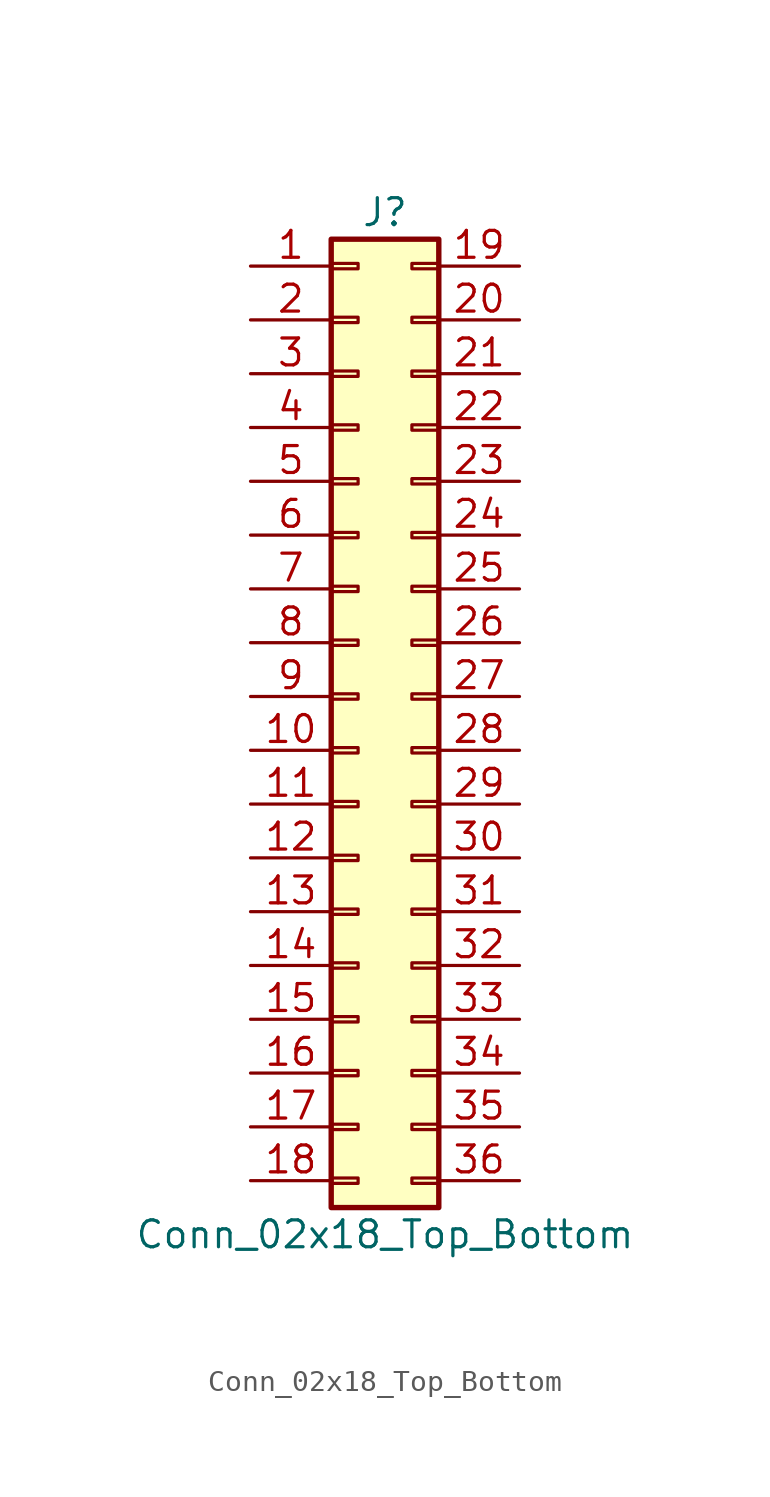
<source format=kicad_sym>
(kicad_symbol_lib
  (version 20211014)
  (generator kicad_symbol_editor)
  (symbol "Conn_02x18_Top_Bottom"
    (pin_names
      (offset 1.016) hide)
    (property "Reference" "J"
      (at 1.27 22.86 0)
      (effects (font (size 1.27 1.27))))
    (property "Value" "Conn_02x18_Top_Bottom"
      (at 1.27 -25.4 0)
      (effects (font (size 1.27 1.27))))
    (symbol "Conn_02x18_Top_Bottom_1_1"
      (rectangle (start -1.27 -22.733) (end 0 -22.987) (stroke (width 0.152) (type default) (color 0 0 0 0)) (fill (type none)))
      (rectangle (start -1.27 -20.193) (end 0 -20.447) (stroke (width 0.152) (type default) (color 0 0 0 0)) (fill (type none)))
      (rectangle (start -1.27 -17.653) (end 0 -17.907) (stroke (width 0.152) (type default) (color 0 0 0 0)) (fill (type none)))
      (rectangle (start -1.27 -15.113) (end 0 -15.367) (stroke (width 0.152) (type default) (color 0 0 0 0)) (fill (type none)))
      (rectangle (start -1.27 -12.573) (end 0 -12.827) (stroke (width 0.152) (type default) (color 0 0 0 0)) (fill (type none)))
      (rectangle (start -1.27 -10.033) (end 0 -10.287) (stroke (width 0.152) (type default) (color 0 0 0 0)) (fill (type none)))
      (rectangle (start -1.27 -7.493) (end 0 -7.747) (stroke (width 0.152) (type default) (color 0 0 0 0)) (fill (type none)))
      (rectangle (start -1.27 -4.953) (end 0 -5.207) (stroke (width 0.152) (type default) (color 0 0 0 0)) (fill (type none)))
      (rectangle (start -1.27 -2.413) (end 0 -2.667) (stroke (width 0.152) (type default) (color 0 0 0 0)) (fill (type none)))
      (rectangle (start -1.27 0.127) (end 0 -0.127) (stroke (width 0.152) (type default) (color 0 0 0 0)) (fill (type none)))
      (rectangle (start -1.27 2.667) (end 0 2.413) (stroke (width 0.152) (type default) (color 0 0 0 0)) (fill (type none)))
      (rectangle (start -1.27 5.207) (end 0 4.953) (stroke (width 0.152) (type default) (color 0 0 0 0)) (fill (type none)))
      (rectangle (start -1.27 7.747) (end 0 7.493) (stroke (width 0.152) (type default) (color 0 0 0 0)) (fill (type none)))
      (rectangle (start -1.27 10.287) (end 0 10.033) (stroke (width 0.152) (type default) (color 0 0 0 0)) (fill (type none)))
      (rectangle (start -1.27 12.827) (end 0 12.573) (stroke (width 0.152) (type default) (color 0 0 0 0)) (fill (type none)))
      (rectangle (start -1.27 15.367) (end 0 15.113) (stroke (width 0.152) (type default) (color 0 0 0 0)) (fill (type none)))
      (rectangle (start -1.27 17.907) (end 0 17.653) (stroke (width 0.152) (type default) (color 0 0 0 0)) (fill (type none)))
      (rectangle (start -1.27 20.447) (end 0 20.193) (stroke (width 0.152) (type default) (color 0 0 0 0)) (fill (type none)))
      (rectangle (start -1.27 21.59) (end 3.81 -24.13) (stroke (width 0.254) (type default) (color 0 0 0 0)) (fill (type background)))
      (rectangle (start 3.81 -22.733) (end 2.54 -22.987) (stroke (width 0.152) (type default) (color 0 0 0 0)) (fill (type none)))
      (rectangle (start 3.81 -20.193) (end 2.54 -20.447) (stroke (width 0.152) (type default) (color 0 0 0 0)) (fill (type none)))
      (rectangle (start 3.81 -17.653) (end 2.54 -17.907) (stroke (width 0.152) (type default) (color 0 0 0 0)) (fill (type none)))
      (rectangle (start 3.81 -15.113) (end 2.54 -15.367) (stroke (width 0.152) (type default) (color 0 0 0 0)) (fill (type none)))
      (rectangle (start 3.81 -12.573) (end 2.54 -12.827) (stroke (width 0.152) (type default) (color 0 0 0 0)) (fill (type none)))
      (rectangle (start 3.81 -10.033) (end 2.54 -10.287) (stroke (width 0.152) (type default) (color 0 0 0 0)) (fill (type none)))
      (rectangle (start 3.81 -7.493) (end 2.54 -7.747) (stroke (width 0.152) (type default) (color 0 0 0 0)) (fill (type none)))
      (rectangle (start 3.81 -4.953) (end 2.54 -5.207) (stroke (width 0.152) (type default) (color 0 0 0 0)) (fill (type none)))
      (rectangle (start 3.81 -2.413) (end 2.54 -2.667) (stroke (width 0.152) (type default) (color 0 0 0 0)) (fill (type none)))
      (rectangle (start 3.81 0.127) (end 2.54 -0.127) (stroke (width 0.152) (type default) (color 0 0 0 0)) (fill (type none)))
      (rectangle (start 3.81 2.667) (end 2.54 2.413) (stroke (width 0.152) (type default) (color 0 0 0 0)) (fill (type none)))
      (rectangle (start 3.81 5.207) (end 2.54 4.953) (stroke (width 0.152) (type default) (color 0 0 0 0)) (fill (type none)))
      (rectangle (start 3.81 7.747) (end 2.54 7.493) (stroke (width 0.152) (type default) (color 0 0 0 0)) (fill (type none)))
      (rectangle (start 3.81 10.287) (end 2.54 10.033) (stroke (width 0.152) (type default) (color 0 0 0 0)) (fill (type none)))
      (rectangle (start 3.81 12.827) (end 2.54 12.573) (stroke (width 0.152) (type default) (color 0 0 0 0)) (fill (type none)))
      (rectangle (start 3.81 15.367) (end 2.54 15.113) (stroke (width 0.152) (type default) (color 0 0 0 0)) (fill (type none)))
      (rectangle (start 3.81 17.907) (end 2.54 17.653) (stroke (width 0.152) (type default) (color 0 0 0 0)) (fill (type none)))
      (rectangle (start 3.81 20.447) (end 2.54 20.193) (stroke (width 0.152) (type default) (color 0 0 0 0)) (fill (type none)))
      (pin passive line (at -5.08 20.32 0) (length 3.81) (name "Pin_1" (effects (font (size 1.27 1.27)))) (number "1" (effects (font (size 1.27 1.27)))))
      (pin passive line (at -5.08 -2.54 0) (length 3.81) (name "Pin_10" (effects (font (size 1.27 1.27)))) (number "10" (effects (font (size 1.27 1.27)))))
      (pin passive line (at -5.08 -5.08 0) (length 3.81) (name "Pin_11" (effects (font (size 1.27 1.27)))) (number "11" (effects (font (size 1.27 1.27)))))
      (pin passive line (at -5.08 -7.62 0) (length 3.81) (name "Pin_12" (effects (font (size 1.27 1.27)))) (number "12" (effects (font (size 1.27 1.27)))))
      (pin passive line (at -5.08 -10.16 0) (length 3.81) (name "Pin_13" (effects (font (size 1.27 1.27)))) (number "13" (effects (font (size 1.27 1.27)))))
      (pin passive line (at -5.08 -12.7 0) (length 3.81) (name "Pin_14" (effects (font (size 1.27 1.27)))) (number "14" (effects (font (size 1.27 1.27)))))
      (pin passive line (at -5.08 -15.24 0) (length 3.81) (name "Pin_15" (effects (font (size 1.27 1.27)))) (number "15" (effects (font (size 1.27 1.27)))))
      (pin passive line (at -5.08 -17.78 0) (length 3.81) (name "Pin_16" (effects (font (size 1.27 1.27)))) (number "16" (effects (font (size 1.27 1.27)))))
      (pin passive line (at -5.08 -20.32 0) (length 3.81) (name "Pin_17" (effects (font (size 1.27 1.27)))) (number "17" (effects (font (size 1.27 1.27)))))
      (pin passive line (at -5.08 -22.86 0) (length 3.81) (name "Pin_18" (effects (font (size 1.27 1.27)))) (number "18" (effects (font (size 1.27 1.27)))))
      (pin passive line (at 7.62 20.32 180) (length 3.81) (name "Pin_19" (effects (font (size 1.27 1.27)))) (number "19" (effects (font (size 1.27 1.27)))))
      (pin passive line (at -5.08 17.78 0) (length 3.81) (name "Pin_2" (effects (font (size 1.27 1.27)))) (number "2" (effects (font (size 1.27 1.27)))))
      (pin passive line (at 7.62 17.78 180) (length 3.81) (name "Pin_20" (effects (font (size 1.27 1.27)))) (number "20" (effects (font (size 1.27 1.27)))))
      (pin passive line (at 7.62 15.24 180) (length 3.81) (name "Pin_21" (effects (font (size 1.27 1.27)))) (number "21" (effects (font (size 1.27 1.27)))))
      (pin passive line (at 7.62 12.7 180) (length 3.81) (name "Pin_22" (effects (font (size 1.27 1.27)))) (number "22" (effects (font (size 1.27 1.27)))))
      (pin passive line (at 7.62 10.16 180) (length 3.81) (name "Pin_23" (effects (font (size 1.27 1.27)))) (number "23" (effects (font (size 1.27 1.27)))))
      (pin passive line (at 7.62 7.62 180) (length 3.81) (name "Pin_24" (effects (font (size 1.27 1.27)))) (number "24" (effects (font (size 1.27 1.27)))))
      (pin passive line (at 7.62 5.08 180) (length 3.81) (name "Pin_25" (effects (font (size 1.27 1.27)))) (number "25" (effects (font (size 1.27 1.27)))))
      (pin passive line (at 7.62 2.54 180) (length 3.81) (name "Pin_26" (effects (font (size 1.27 1.27)))) (number "26" (effects (font (size 1.27 1.27)))))
      (pin passive line (at 7.62 0 180) (length 3.81) (name "Pin_27" (effects (font (size 1.27 1.27)))) (number "27" (effects (font (size 1.27 1.27)))))
      (pin passive line (at 7.62 -2.54 180) (length 3.81) (name "Pin_28" (effects (font (size 1.27 1.27)))) (number "28" (effects (font (size 1.27 1.27)))))
      (pin passive line (at 7.62 -5.08 180) (length 3.81) (name "Pin_29" (effects (font (size 1.27 1.27)))) (number "29" (effects (font (size 1.27 1.27)))))
      (pin passive line (at -5.08 15.24 0) (length 3.81) (name "Pin_3" (effects (font (size 1.27 1.27)))) (number "3" (effects (font (size 1.27 1.27)))))
      (pin passive line (at 7.62 -7.62 180) (length 3.81) (name "Pin_30" (effects (font (size 1.27 1.27)))) (number "30" (effects (font (size 1.27 1.27)))))
      (pin passive line (at 7.62 -10.16 180) (length 3.81) (name "Pin_31" (effects (font (size 1.27 1.27)))) (number "31" (effects (font (size 1.27 1.27)))))
      (pin passive line (at 7.62 -12.7 180) (length 3.81) (name "Pin_32" (effects (font (size 1.27 1.27)))) (number "32" (effects (font (size 1.27 1.27)))))
      (pin passive line (at 7.62 -15.24 180) (length 3.81) (name "Pin_33" (effects (font (size 1.27 1.27)))) (number "33" (effects (font (size 1.27 1.27)))))
      (pin passive line (at 7.62 -17.78 180) (length 3.81) (name "Pin_34" (effects (font (size 1.27 1.27)))) (number "34" (effects (font (size 1.27 1.27)))))
      (pin passive line (at 7.62 -20.32 180) (length 3.81) (name "Pin_35" (effects (font (size 1.27 1.27)))) (number "35" (effects (font (size 1.27 1.27)))))
      (pin passive line (at 7.62 -22.86 180) (length 3.81) (name "Pin_36" (effects (font (size 1.27 1.27)))) (number "36" (effects (font (size 1.27 1.27)))))
      (pin passive line (at -5.08 12.7 0) (length 3.81) (name "Pin_4" (effects (font (size 1.27 1.27)))) (number "4" (effects (font (size 1.27 1.27)))))
      (pin passive line (at -5.08 10.16 0) (length 3.81) (name "Pin_5" (effects (font (size 1.27 1.27)))) (number "5" (effects (font (size 1.27 1.27)))))
      (pin passive line (at -5.08 7.62 0) (length 3.81) (name "Pin_6" (effects (font (size 1.27 1.27)))) (number "6" (effects (font (size 1.27 1.27)))))
      (pin passive line (at -5.08 5.08 0) (length 3.81) (name "Pin_7" (effects (font (size 1.27 1.27)))) (number "7" (effects (font (size 1.27 1.27)))))
      (pin passive line (at -5.08 2.54 0) (length 3.81) (name "Pin_8" (effects (font (size 1.27 1.27)))) (number "8" (effects (font (size 1.27 1.27)))))
      (pin passive line (at -5.08 0 0) (length 3.81) (name "Pin_9" (effects (font (size 1.27 1.27)))) (number "9" (effects (font (size 1.27 1.27))))))))
</source>
